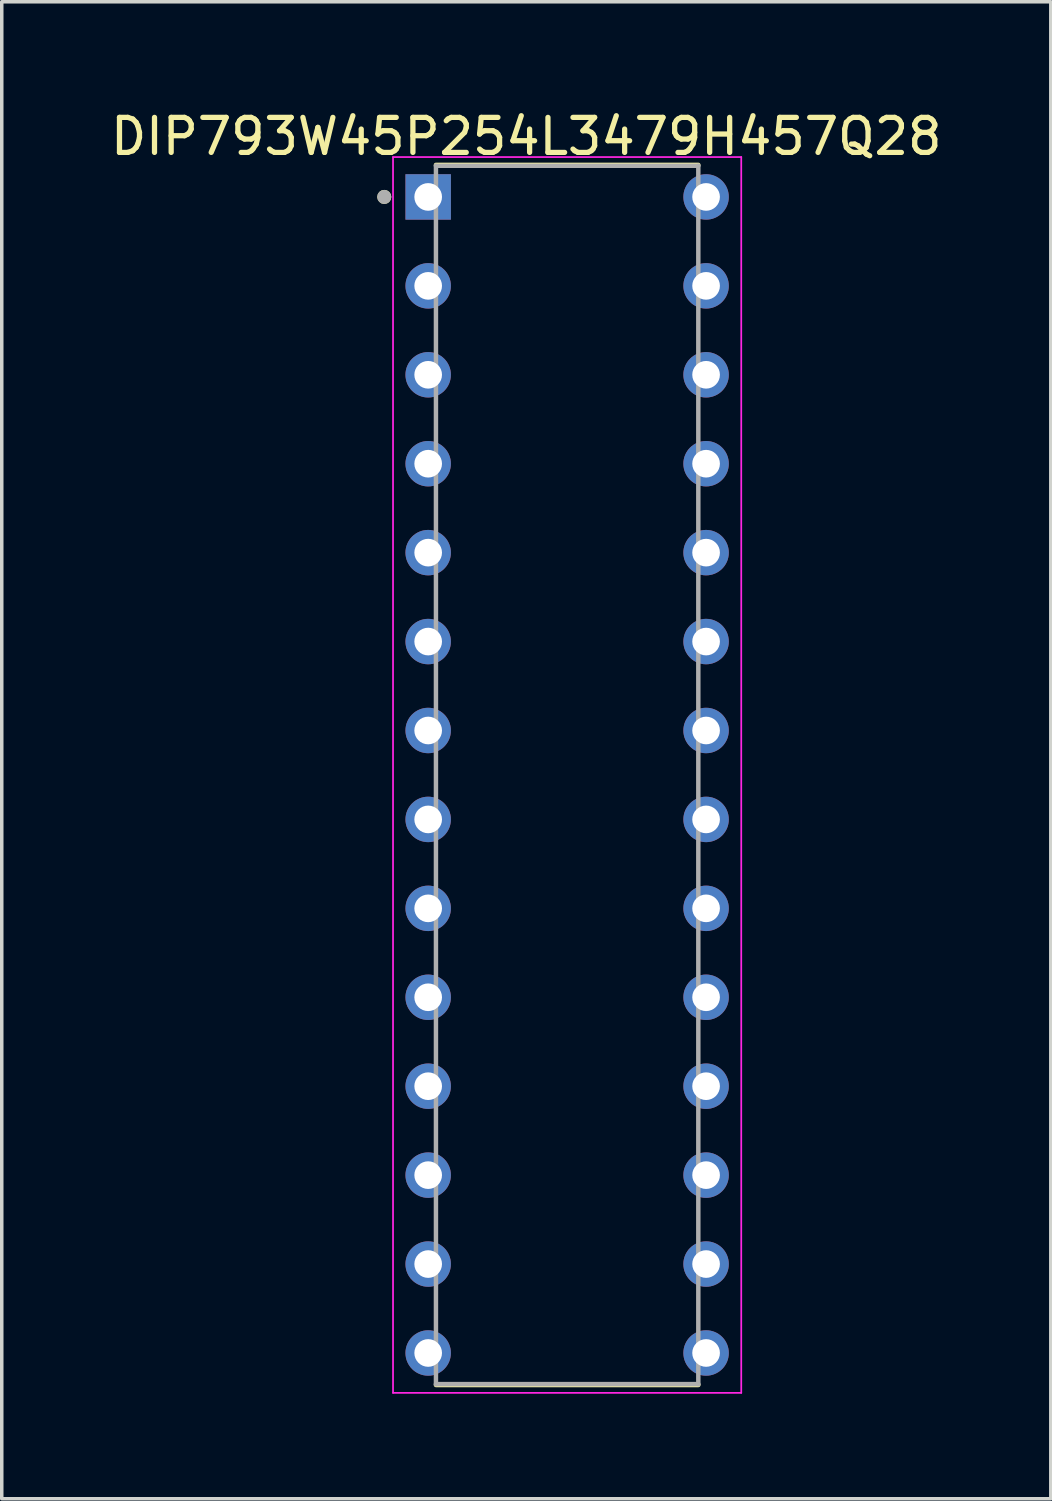
<source format=kicad_pcb>
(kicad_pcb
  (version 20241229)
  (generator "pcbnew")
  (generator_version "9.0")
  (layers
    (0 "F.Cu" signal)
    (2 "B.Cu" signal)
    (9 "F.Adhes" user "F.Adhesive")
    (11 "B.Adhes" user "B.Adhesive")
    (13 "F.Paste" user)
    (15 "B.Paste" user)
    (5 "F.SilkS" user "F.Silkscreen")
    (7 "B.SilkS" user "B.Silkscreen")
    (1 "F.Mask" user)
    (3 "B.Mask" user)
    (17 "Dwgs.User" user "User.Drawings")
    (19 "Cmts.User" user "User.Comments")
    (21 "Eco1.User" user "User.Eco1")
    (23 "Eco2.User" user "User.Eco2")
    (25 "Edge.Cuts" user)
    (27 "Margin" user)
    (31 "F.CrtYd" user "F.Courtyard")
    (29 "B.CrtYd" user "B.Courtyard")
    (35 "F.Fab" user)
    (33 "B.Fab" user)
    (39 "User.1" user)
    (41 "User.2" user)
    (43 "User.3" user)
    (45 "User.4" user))
  (footprint "DIP793W45P254L3479H457Q28"
    (layer "F.Cu")
    (at 13.149 19.085)
    (property "Reference" "DIP793W45P254L3479H457Q28" (at -1.167 -18.237 0) (layer "F.SilkS") (effects (font (size 1 1) (thickness 0.15))))
    (attr through_hole)
    (fp_line (start -3.747 -17.425) (end 3.747 -17.425) (stroke (width 0.127) (type solid)) (layer "F.SilkS"))
    (fp_line (start -3.747 17.425) (end 3.747 17.425) (stroke (width 0.127) (type solid)) (layer "F.SilkS"))
    (fp_circle (center -5.223 -16.51) (end -5.122 -16.51) (stroke (width 0.2) (type solid)) (fill no) (layer "F.SilkS"))
    (fp_line (start -4.973 -17.649) (end -4.973 17.649) (stroke (width 0.05) (type solid)) (layer "F.CrtYd"))
    (fp_line (start 4.973 -17.649) (end -4.973 -17.649) (stroke (width 0.05) (type solid)) (layer "F.CrtYd"))
    (fp_line (start 4.973 -17.649) (end 4.973 17.649) (stroke (width 0.05) (type solid)) (layer "F.CrtYd"))
    (fp_line (start 4.973 17.649) (end -4.973 17.649) (stroke (width 0.05) (type solid)) (layer "F.CrtYd"))
    (fp_line (start -3.747 -17.399) (end -3.747 17.399) (stroke (width 0.127) (type solid)) (layer "F.Fab"))
    (fp_line (start -3.747 -17.399) (end 3.747 -17.399) (stroke (width 0.127) (type solid)) (layer "F.Fab"))
    (fp_line (start -3.747 17.399) (end 3.747 17.399) (stroke (width 0.127) (type solid)) (layer "F.Fab"))
    (fp_line (start 3.747 -17.399) (end 3.747 17.399) (stroke (width 0.127) (type solid)) (layer "F.Fab"))
    (fp_circle (center -5.223 -16.51) (end -5.122 -16.51) (stroke (width 0.2) (type solid)) (fill no) (layer "F.Fab"))
    (pad "1" thru_hole rect (at -3.969 -16.51) (size 1.298 1.298) (drill 0.79) (layers "*.Cu" "*.Mask"))
    (pad "2" thru_hole circle (at -3.969 -13.97) (size 1.298 1.298) (drill 0.79) (layers "*.Cu" "*.Mask"))
    (pad "3" thru_hole circle (at -3.969 -11.43) (size 1.298 1.298) (drill 0.79) (layers "*.Cu" "*.Mask"))
    (pad "4" thru_hole circle (at -3.969 -8.89) (size 1.298 1.298) (drill 0.79) (layers "*.Cu" "*.Mask"))
    (pad "5" thru_hole circle (at -3.969 -6.35) (size 1.298 1.298) (drill 0.79) (layers "*.Cu" "*.Mask"))
    (pad "6" thru_hole circle (at -3.969 -3.81) (size 1.298 1.298) (drill 0.79) (layers "*.Cu" "*.Mask"))
    (pad "7" thru_hole circle (at -3.969 -1.27) (size 1.298 1.298) (drill 0.79) (layers "*.Cu" "*.Mask"))
    (pad "8" thru_hole circle (at -3.969 1.27) (size 1.298 1.298) (drill 0.79) (layers "*.Cu" "*.Mask"))
    (pad "9" thru_hole circle (at -3.969 3.81) (size 1.298 1.298) (drill 0.79) (layers "*.Cu" "*.Mask"))
    (pad "10" thru_hole circle (at -3.969 6.35) (size 1.298 1.298) (drill 0.79) (layers "*.Cu" "*.Mask"))
    (pad "11" thru_hole circle (at -3.969 8.89) (size 1.298 1.298) (drill 0.79) (layers "*.Cu" "*.Mask"))
    (pad "12" thru_hole circle (at -3.969 11.43) (size 1.298 1.298) (drill 0.79) (layers "*.Cu" "*.Mask"))
    (pad "13" thru_hole circle (at -3.969 13.97) (size 1.298 1.298) (drill 0.79) (layers "*.Cu" "*.Mask"))
    (pad "14" thru_hole circle (at -3.969 16.51) (size 1.298 1.298) (drill 0.79) (layers "*.Cu" "*.Mask"))
    (pad "15" thru_hole circle (at 3.969 16.51) (size 1.298 1.298) (drill 0.79) (layers "*.Cu" "*.Mask"))
    (pad "16" thru_hole circle (at 3.969 13.97) (size 1.298 1.298) (drill 0.79) (layers "*.Cu" "*.Mask"))
    (pad "17" thru_hole circle (at 3.969 11.43) (size 1.298 1.298) (drill 0.79) (layers "*.Cu" "*.Mask"))
    (pad "18" thru_hole circle (at 3.969 8.89) (size 1.298 1.298) (drill 0.79) (layers "*.Cu" "*.Mask"))
    (pad "19" thru_hole circle (at 3.969 6.35) (size 1.298 1.298) (drill 0.79) (layers "*.Cu" "*.Mask"))
    (pad "20" thru_hole circle (at 3.969 3.81) (size 1.298 1.298) (drill 0.79) (layers "*.Cu" "*.Mask"))
    (pad "21" thru_hole circle (at 3.969 1.27) (size 1.298 1.298) (drill 0.79) (layers "*.Cu" "*.Mask"))
    (pad "22" thru_hole circle (at 3.969 -1.27) (size 1.298 1.298) (drill 0.79) (layers "*.Cu" "*.Mask"))
    (pad "23" thru_hole circle (at 3.969 -3.81) (size 1.298 1.298) (drill 0.79) (layers "*.Cu" "*.Mask"))
    (pad "24" thru_hole circle (at 3.969 -6.35) (size 1.298 1.298) (drill 0.79) (layers "*.Cu" "*.Mask"))
    (pad "25" thru_hole circle (at 3.969 -8.89) (size 1.298 1.298) (drill 0.79) (layers "*.Cu" "*.Mask"))
    (pad "26" thru_hole circle (at 3.969 -11.43) (size 1.298 1.298) (drill 0.79) (layers "*.Cu" "*.Mask"))
    (pad "27" thru_hole circle (at 3.969 -13.97) (size 1.298 1.298) (drill 0.79) (layers "*.Cu" "*.Mask"))
    (pad "28" thru_hole circle (at 3.969 -16.51) (size 1.298 1.298) (drill 0.79) (layers "*.Cu" "*.Mask")))
  (gr_rect
    (start -3 -3)
    (end 26.964 39.759)
    (stroke (width 0.1) (type default))
    (fill no)
    (layer "Edge.Cuts")))
</source>
